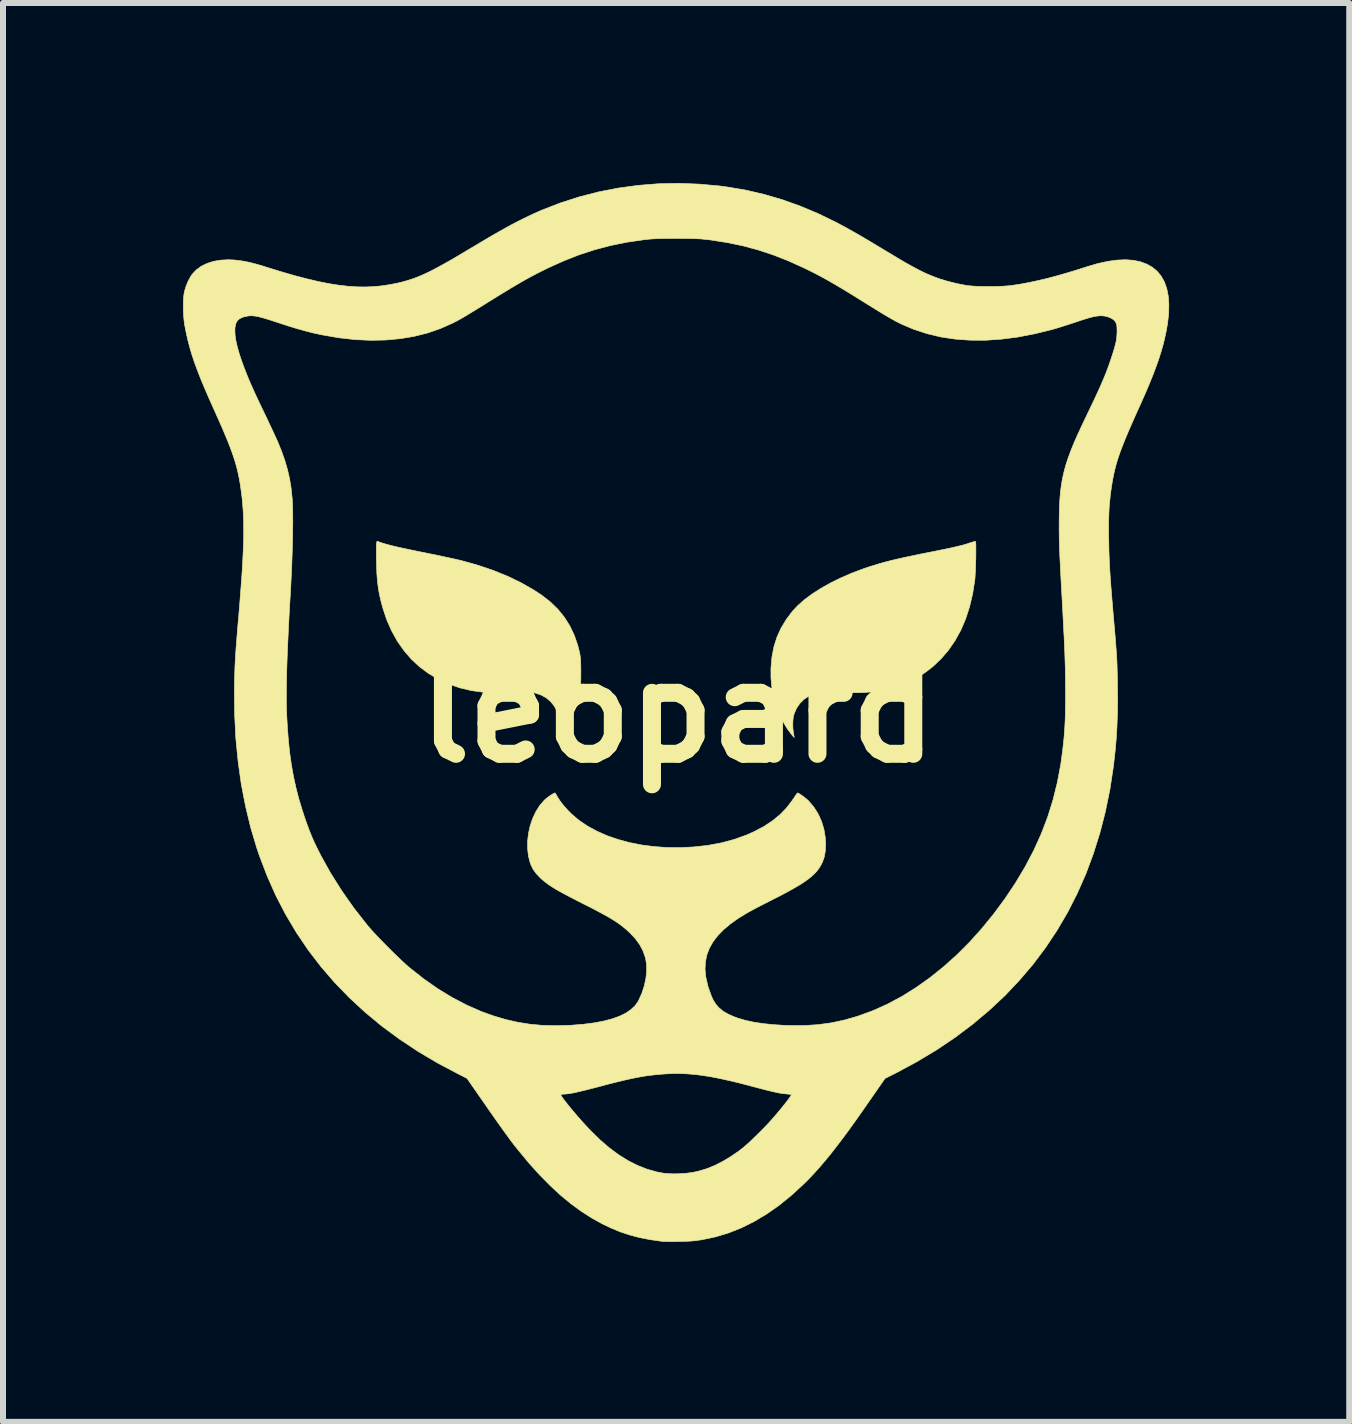
<source format=kicad_pcb>
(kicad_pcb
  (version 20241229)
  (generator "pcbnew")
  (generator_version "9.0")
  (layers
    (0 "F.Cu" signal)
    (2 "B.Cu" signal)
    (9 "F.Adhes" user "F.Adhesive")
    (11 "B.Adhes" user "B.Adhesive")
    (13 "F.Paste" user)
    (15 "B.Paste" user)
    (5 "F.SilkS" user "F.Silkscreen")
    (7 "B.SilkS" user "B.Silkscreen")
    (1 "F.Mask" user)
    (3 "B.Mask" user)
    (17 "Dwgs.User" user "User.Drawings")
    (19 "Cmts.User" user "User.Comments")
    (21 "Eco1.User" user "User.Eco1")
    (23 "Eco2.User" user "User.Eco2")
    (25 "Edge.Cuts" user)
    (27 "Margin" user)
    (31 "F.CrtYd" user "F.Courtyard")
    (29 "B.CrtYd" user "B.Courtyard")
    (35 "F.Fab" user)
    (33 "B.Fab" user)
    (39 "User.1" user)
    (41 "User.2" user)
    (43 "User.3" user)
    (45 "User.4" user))
  (footprint "leopard"
    (layer "F.Cu")
    (at 8.25 8.822)
    (property "Reference" "leopard" (at 0 0 0) (layer "F.SilkS") (effects (font (size 1.524 1.524) (thickness 0.3))))
    (attr through_hole)
    (fp_poly (pts (xy -4.945 -2.828) (xy -4.901 -2.814) (xy -4.852 -2.8) (xy -4.795 -2.785) (xy -4.73 -2.769) (xy -4.654 -2.751) (xy -4.565 -2.732) (xy -4.462 -2.71) (xy -4.343 -2.685) (xy -4.205 -2.658) (xy -4.203 -2.657) (xy -4.104 -2.637) (xy -4.004 -2.617) (xy -3.907 -2.596) (xy -3.815 -2.576) (xy -3.732 -2.558) (xy -3.662 -2.542) (xy -3.607 -2.529) (xy -3.596 -2.526) (xy -3.326 -2.45) (xy -3.071 -2.363) (xy -2.831 -2.265) (xy -2.607 -2.156) (xy -2.4 -2.037) (xy -2.271 -1.952) (xy -2.129 -1.841) (xy -2.004 -1.72) (xy -1.896 -1.587) (xy -1.805 -1.443) (xy -1.731 -1.288) (xy -1.673 -1.121) (xy -1.644 -1.006) (xy -1.636 -0.967) (xy -1.631 -0.93) (xy -1.626 -0.892) (xy -1.624 -0.848) (xy -1.622 -0.794) (xy -1.621 -0.726) (xy -1.621 -0.676) (xy -1.621 -0.597) (xy -1.622 -0.535) (xy -1.624 -0.485) (xy -1.627 -0.443) (xy -1.632 -0.404) (xy -1.638 -0.364) (xy -1.644 -0.337) (xy -1.684 -0.175) (xy -1.737 -0.022) (xy -1.801 0.122) (xy -1.875 0.252) (xy -1.958 0.366) (xy -1.966 0.376) (xy -1.987 0.401) (xy -1.998 0.411) (xy -2.001 0.408) (xy -1.998 0.393) (xy -1.998 0.391) (xy -1.992 0.353) (xy -1.987 0.302) (xy -1.985 0.244) (xy -1.984 0.185) (xy -1.985 0.13) (xy -1.988 0.087) (xy -1.991 0.07) (xy -2.02 -0.025) (xy -2.066 -0.11) (xy -2.127 -0.184) (xy -2.201 -0.245) (xy -2.287 -0.292) (xy -2.383 -0.324) (xy -2.488 -0.341) (xy -2.581 -0.341) (xy -2.692 -0.336) (xy -2.802 -0.331) (xy -2.909 -0.329) (xy -3.009 -0.328) (xy -3.099 -0.328) (xy -3.175 -0.33) (xy -3.235 -0.334) (xy -3.236 -0.335) (xy -3.444 -0.364) (xy -3.641 -0.411) (xy -3.826 -0.475) (xy -4 -0.555) (xy -4.161 -0.651) (xy -4.31 -0.762) (xy -4.446 -0.889) (xy -4.569 -1.032) (xy -4.679 -1.188) (xy -4.774 -1.36) (xy -4.856 -1.545) (xy -4.922 -1.745) (xy -4.949 -1.844) (xy -4.971 -1.94) (xy -4.989 -2.031) (xy -5.002 -2.121) (xy -5.012 -2.214) (xy -5.02 -2.315) (xy -5.024 -2.429) (xy -5.026 -2.511) (xy -5.028 -2.586) (xy -5.028 -2.655) (xy -5.028 -2.716) (xy -5.028 -2.765) (xy -5.027 -2.801) (xy -5.025 -2.818) (xy -5.018 -2.854) (xy -4.945 -2.828)) (stroke (width 0.01) (type solid)) (fill yes) (layer "F.SilkS"))
    (fp_poly (pts (xy 4.956 -2.85) (xy 4.959 -2.837) (xy 4.961 -2.807) (xy 4.962 -2.763) (xy 4.962 -2.707) (xy 4.962 -2.643) (xy 4.961 -2.573) (xy 4.959 -2.501) (xy 4.957 -2.429) (xy 4.954 -2.361) (xy 4.951 -2.3) (xy 4.948 -2.248) (xy 4.944 -2.208) (xy 4.944 -2.206) (xy 4.908 -1.976) (xy 4.857 -1.761) (xy 4.792 -1.56) (xy 4.712 -1.373) (xy 4.617 -1.2) (xy 4.508 -1.041) (xy 4.384 -0.896) (xy 4.246 -0.765) (xy 4.13 -0.675) (xy 4.062 -0.63) (xy 3.98 -0.583) (xy 3.89 -0.536) (xy 3.799 -0.493) (xy 3.711 -0.456) (xy 3.644 -0.432) (xy 3.502 -0.391) (xy 3.361 -0.361) (xy 3.215 -0.341) (xy 3.061 -0.33) (xy 2.894 -0.329) (xy 2.814 -0.331) (xy 2.705 -0.334) (xy 2.614 -0.337) (xy 2.539 -0.339) (xy 2.477 -0.339) (xy 2.427 -0.338) (xy 2.386 -0.336) (xy 2.352 -0.333) (xy 2.323 -0.328) (xy 2.297 -0.321) (xy 2.278 -0.316) (xy 2.182 -0.275) (xy 2.098 -0.219) (xy 2.028 -0.15) (xy 1.973 -0.069) (xy 1.934 0.022) (xy 1.921 0.069) (xy 1.914 0.127) (xy 1.911 0.196) (xy 1.913 0.267) (xy 1.92 0.333) (xy 1.924 0.353) (xy 1.93 0.386) (xy 1.934 0.409) (xy 1.935 0.417) (xy 1.927 0.41) (xy 1.911 0.391) (xy 1.895 0.373) (xy 1.825 0.281) (xy 1.76 0.174) (xy 1.7 0.054) (xy 1.648 -0.073) (xy 1.607 -0.202) (xy 1.587 -0.285) (xy 1.561 -0.43) (xy 1.548 -0.571) (xy 1.547 -0.718) (xy 1.548 -0.747) (xy 1.564 -0.926) (xy 1.597 -1.096) (xy 1.648 -1.256) (xy 1.717 -1.408) (xy 1.805 -1.553) (xy 1.908 -1.689) (xy 2 -1.786) (xy 2.111 -1.883) (xy 2.238 -1.977) (xy 2.382 -2.069) (xy 2.54 -2.158) (xy 2.71 -2.241) (xy 2.891 -2.32) (xy 3.082 -2.392) (xy 3.175 -2.424) (xy 3.262 -2.451) (xy 3.35 -2.478) (xy 3.44 -2.503) (xy 3.536 -2.528) (xy 3.64 -2.553) (xy 3.754 -2.579) (xy 3.882 -2.606) (xy 4.025 -2.636) (xy 4.15 -2.661) (xy 4.278 -2.686) (xy 4.388 -2.709) (xy 4.482 -2.728) (xy 4.563 -2.745) (xy 4.631 -2.761) (xy 4.69 -2.775) (xy 4.742 -2.788) (xy 4.788 -2.801) (xy 4.83 -2.814) (xy 4.862 -2.825) (xy 4.901 -2.837) (xy 4.933 -2.846) (xy 4.952 -2.85) (xy 4.956 -2.85)) (stroke (width 0.01) (type solid)) (fill yes) (layer "F.SilkS"))
    (fp_poly (pts (xy 0.351 -8.804) (xy 0.694 -8.773) (xy 0.813 -8.757) (xy 1.123 -8.705) (xy 1.429 -8.634) (xy 1.731 -8.546) (xy 2.031 -8.439) (xy 2.33 -8.314) (xy 2.629 -8.169) (xy 2.808 -8.073) (xy 2.861 -8.043) (xy 2.913 -8.014) (xy 2.965 -7.984) (xy 3.02 -7.953) (xy 3.08 -7.918) (xy 3.146 -7.879) (xy 3.22 -7.835) (xy 3.306 -7.783) (xy 3.404 -7.724) (xy 3.517 -7.656) (xy 3.548 -7.638) (xy 3.672 -7.563) (xy 3.783 -7.498) (xy 3.881 -7.443) (xy 3.97 -7.395) (xy 4.051 -7.353) (xy 4.127 -7.317) (xy 4.201 -7.285) (xy 4.274 -7.256) (xy 4.35 -7.228) (xy 4.369 -7.222) (xy 4.456 -7.195) (xy 4.557 -7.168) (xy 4.662 -7.143) (xy 4.765 -7.123) (xy 4.808 -7.115) (xy 4.872 -7.108) (xy 4.952 -7.102) (xy 5.044 -7.098) (xy 5.142 -7.097) (xy 5.242 -7.097) (xy 5.341 -7.099) (xy 5.433 -7.104) (xy 5.514 -7.11) (xy 5.558 -7.115) (xy 5.702 -7.137) (xy 5.847 -7.164) (xy 5.997 -7.196) (xy 6.154 -7.233) (xy 6.321 -7.278) (xy 6.499 -7.329) (xy 6.691 -7.388) (xy 6.812 -7.427) (xy 6.992 -7.48) (xy 7.16 -7.517) (xy 7.315 -7.538) (xy 7.458 -7.544) (xy 7.589 -7.534) (xy 7.708 -7.509) (xy 7.816 -7.468) (xy 7.903 -7.418) (xy 7.984 -7.351) (xy 8.051 -7.269) (xy 8.104 -7.173) (xy 8.143 -7.063) (xy 8.168 -6.939) (xy 8.178 -6.802) (xy 8.175 -6.651) (xy 8.157 -6.487) (xy 8.132 -6.345) (xy 8.107 -6.23) (xy 8.079 -6.116) (xy 8.045 -6) (xy 8.007 -5.88) (xy 7.962 -5.754) (xy 7.911 -5.619) (xy 7.852 -5.474) (xy 7.785 -5.316) (xy 7.708 -5.143) (xy 7.691 -5.105) (xy 7.619 -4.946) (xy 7.556 -4.803) (xy 7.5 -4.674) (xy 7.451 -4.558) (xy 7.409 -4.452) (xy 7.372 -4.356) (xy 7.341 -4.267) (xy 7.314 -4.182) (xy 7.291 -4.102) (xy 7.271 -4.022) (xy 7.254 -3.942) (xy 7.238 -3.86) (xy 7.224 -3.774) (xy 7.213 -3.699) (xy 7.201 -3.606) (xy 7.192 -3.516) (xy 7.184 -3.427) (xy 7.179 -3.334) (xy 7.176 -3.235) (xy 7.174 -3.125) (xy 7.174 -3.001) (xy 7.176 -2.875) (xy 7.178 -2.787) (xy 7.179 -2.702) (xy 7.182 -2.62) (xy 7.185 -2.538) (xy 7.189 -2.454) (xy 7.194 -2.366) (xy 7.2 -2.272) (xy 7.207 -2.17) (xy 7.216 -2.056) (xy 7.226 -1.931) (xy 7.238 -1.79) (xy 7.251 -1.632) (xy 7.259 -1.539) (xy 7.271 -1.405) (xy 7.281 -1.288) (xy 7.289 -1.185) (xy 7.296 -1.095) (xy 7.302 -1.015) (xy 7.307 -0.941) (xy 7.311 -0.871) (xy 7.314 -0.802) (xy 7.316 -0.733) (xy 7.318 -0.659) (xy 7.32 -0.578) (xy 7.321 -0.488) (xy 7.322 -0.437) (xy 7.324 -0.2) (xy 7.321 0.022) (xy 7.313 0.233) (xy 7.301 0.437) (xy 7.283 0.641) (xy 7.26 0.848) (xy 7.254 0.899) (xy 7.196 1.28) (xy 7.121 1.649) (xy 7.029 2.007) (xy 6.92 2.354) (xy 6.795 2.69) (xy 6.652 3.014) (xy 6.493 3.327) (xy 6.317 3.628) (xy 6.124 3.918) (xy 5.915 4.197) (xy 5.688 4.463) (xy 5.446 4.719) (xy 5.186 4.962) (xy 4.91 5.194) (xy 4.618 5.414) (xy 4.309 5.622) (xy 3.983 5.818) (xy 3.642 6.002) (xy 3.566 6.04) (xy 3.448 6.099) (xy 3.109 6.587) (xy 2.98 6.771) (xy 2.86 6.939) (xy 2.747 7.092) (xy 2.641 7.231) (xy 2.541 7.36) (xy 2.444 7.477) (xy 2.351 7.586) (xy 2.259 7.688) (xy 2.168 7.784) (xy 2.091 7.86) (xy 1.89 8.045) (xy 1.686 8.211) (xy 1.479 8.356) (xy 1.269 8.482) (xy 1.056 8.588) (xy 0.84 8.674) (xy 0.62 8.74) (xy 0.397 8.787) (xy 0.276 8.804) (xy 0.229 8.808) (xy 0.167 8.812) (xy 0.096 8.814) (xy 0.021 8.816) (xy -0.056 8.818) (xy -0.129 8.818) (xy -0.195 8.817) (xy -0.248 8.815) (xy -0.279 8.812) (xy -0.469 8.785) (xy -0.644 8.751) (xy -0.809 8.707) (xy -0.968 8.654) (xy -1.125 8.589) (xy -1.26 8.524) (xy -1.439 8.425) (xy -1.615 8.312) (xy -1.789 8.185) (xy -1.962 8.042) (xy -2.134 7.882) (xy -2.308 7.706) (xy -2.484 7.511) (xy -2.661 7.297) (xy -2.733 7.207) (xy -2.763 7.167) (xy -2.804 7.113) (xy -2.852 7.046) (xy -2.908 6.97) (xy -2.968 6.886) (xy -3.032 6.796) (xy -3.097 6.703) (xy -3.163 6.609) (xy -3.189 6.571) (xy -3.328 6.371) (xy -1.956 6.371) (xy -1.952 6.382) (xy -1.936 6.407) (xy -1.91 6.443) (xy -1.875 6.489) (xy -1.833 6.542) (xy -1.785 6.601) (xy -1.732 6.664) (xy -1.677 6.729) (xy -1.621 6.793) (xy -1.618 6.797) (xy -1.458 6.97) (xy -1.3 7.124) (xy -1.144 7.258) (xy -0.987 7.374) (xy -0.831 7.471) (xy -0.674 7.55) (xy -0.516 7.612) (xy -0.356 7.657) (xy -0.258 7.676) (xy -0.173 7.685) (xy -0.075 7.689) (xy 0.029 7.687) (xy 0.132 7.68) (xy 0.229 7.667) (xy 0.289 7.656) (xy 0.346 7.642) (xy 0.406 7.625) (xy 0.46 7.609) (xy 0.492 7.598) (xy 0.618 7.546) (xy 0.75 7.478) (xy 0.883 7.398) (xy 1.011 7.31) (xy 1.084 7.253) (xy 1.131 7.213) (xy 1.188 7.162) (xy 1.252 7.101) (xy 1.32 7.035) (xy 1.389 6.967) (xy 1.455 6.899) (xy 1.515 6.835) (xy 1.554 6.792) (xy 1.607 6.731) (xy 1.66 6.669) (xy 1.711 6.608) (xy 1.758 6.55) (xy 1.8 6.497) (xy 1.836 6.45) (xy 1.863 6.412) (xy 1.881 6.385) (xy 1.887 6.371) (xy 1.887 6.369) (xy 1.871 6.365) (xy 1.841 6.361) (xy 1.803 6.357) (xy 1.796 6.357) (xy 1.76 6.353) (xy 1.72 6.348) (xy 1.676 6.34) (xy 1.624 6.329) (xy 1.563 6.315) (xy 1.491 6.298) (xy 1.405 6.276) (xy 1.303 6.249) (xy 1.222 6.228) (xy 1.029 6.177) (xy 0.852 6.135) (xy 0.69 6.099) (xy 0.54 6.07) (xy 0.4 6.048) (xy 0.268 6.032) (xy 0.142 6.022) (xy 0.02 6.018) (xy -0.101 6.018) (xy -0.213 6.024) (xy -0.313 6.031) (xy -0.408 6.041) (xy -0.503 6.052) (xy -0.6 6.067) (xy -0.7 6.086) (xy -0.808 6.108) (xy -0.926 6.135) (xy -1.056 6.167) (xy -1.202 6.204) (xy -1.29 6.228) (xy -1.421 6.262) (xy -1.534 6.291) (xy -1.63 6.314) (xy -1.711 6.333) (xy -1.778 6.346) (xy -1.833 6.355) (xy -1.876 6.359) (xy -1.9 6.36) (xy -1.93 6.362) (xy -1.951 6.367) (xy -1.956 6.371) (xy -3.328 6.371) (xy -3.518 6.098) (xy -3.666 6.023) (xy -4.01 5.841) (xy -4.337 5.647) (xy -4.647 5.441) (xy -4.942 5.223) (xy -5.219 4.993) (xy -5.48 4.752) (xy -5.725 4.499) (xy -5.953 4.234) (xy -6.165 3.958) (xy -6.36 3.669) (xy -6.538 3.37) (xy -6.7 3.058) (xy -6.844 2.736) (xy -6.972 2.401) (xy -7.019 2.264) (xy -7.122 1.92) (xy -7.208 1.564) (xy -7.279 1.197) (xy -7.332 0.819) (xy -7.37 0.432) (xy -7.39 0.035) (xy -7.394 -0.37) (xy -7.393 -0.452) (xy -7.391 -0.539) (xy -7.389 -0.617) (xy -7.387 -0.69) (xy -7.385 -0.76) (xy -7.381 -0.83) (xy -7.378 -0.901) (xy -7.373 -0.977) (xy -7.367 -1.06) (xy -7.36 -1.151) (xy -7.352 -1.255) (xy -7.342 -1.373) (xy -7.331 -1.508) (xy -7.325 -1.57) (xy -7.306 -1.798) (xy -7.29 -2.008) (xy -7.275 -2.201) (xy -7.263 -2.378) (xy -7.254 -2.54) (xy -7.247 -2.69) (xy -7.242 -2.827) (xy -7.239 -2.955) (xy -7.239 -3.073) (xy -7.24 -3.185) (xy -7.244 -3.29) (xy -7.25 -3.391) (xy -7.258 -3.489) (xy -7.267 -3.585) (xy -7.269 -3.602) (xy -7.283 -3.707) (xy -7.297 -3.806) (xy -7.314 -3.901) (xy -7.333 -3.992) (xy -7.355 -4.083) (xy -7.381 -4.176) (xy -7.412 -4.272) (xy -7.448 -4.374) (xy -7.49 -4.484) (xy -7.539 -4.603) (xy -7.594 -4.734) (xy -7.658 -4.879) (xy -7.73 -5.04) (xy -7.737 -5.055) (xy -7.819 -5.239) (xy -7.892 -5.408) (xy -7.957 -5.563) (xy -8.013 -5.707) (xy -8.062 -5.841) (xy -8.104 -5.968) (xy -8.14 -6.09) (xy -8.171 -6.209) (xy -8.197 -6.326) (xy -8.204 -6.36) (xy -7.386 -6.36) (xy -7.382 -6.279) (xy -7.368 -6.189) (xy -7.344 -6.086) (xy -7.311 -5.97) (xy -7.267 -5.839) (xy -7.242 -5.771) (xy -7.214 -5.698) (xy -7.185 -5.625) (xy -7.155 -5.551) (xy -7.121 -5.472) (xy -7.083 -5.387) (xy -7.04 -5.292) (xy -6.99 -5.186) (xy -6.933 -5.065) (xy -6.894 -4.985) (xy -6.853 -4.9) (xy -6.814 -4.816) (xy -6.776 -4.736) (xy -6.742 -4.663) (xy -6.713 -4.6) (xy -6.69 -4.55) (xy -6.674 -4.514) (xy -6.672 -4.511) (xy -6.606 -4.347) (xy -6.552 -4.193) (xy -6.509 -4.045) (xy -6.475 -3.897) (xy -6.45 -3.745) (xy -6.433 -3.584) (xy -6.431 -3.563) (xy -6.426 -3.489) (xy -6.423 -3.397) (xy -6.422 -3.288) (xy -6.421 -3.165) (xy -6.423 -3.03) (xy -6.425 -2.884) (xy -6.429 -2.73) (xy -6.434 -2.571) (xy -6.44 -2.406) (xy -6.448 -2.24) (xy -6.456 -2.073) (xy -6.46 -2.002) (xy -6.476 -1.734) (xy -6.489 -1.487) (xy -6.5 -1.258) (xy -6.51 -1.046) (xy -6.517 -0.852) (xy -6.523 -0.674) (xy -6.526 -0.511) (xy -6.528 -0.363) (xy -6.529 -0.228) (xy -6.527 -0.107) (xy -6.524 0.003) (xy -6.524 0.01) (xy -6.511 0.248) (xy -6.494 0.47) (xy -6.472 0.677) (xy -6.444 0.875) (xy -6.41 1.065) (xy -6.369 1.252) (xy -6.321 1.438) (xy -6.264 1.626) (xy -6.227 1.741) (xy -6.185 1.861) (xy -6.145 1.969) (xy -6.105 2.068) (xy -6.062 2.166) (xy -6.013 2.267) (xy -5.956 2.379) (xy -5.952 2.388) (xy -5.787 2.684) (xy -5.603 2.975) (xy -5.403 3.26) (xy -5.188 3.534) (xy -5.153 3.576) (xy -5.107 3.629) (xy -5.048 3.693) (xy -4.981 3.764) (xy -4.907 3.84) (xy -4.83 3.918) (xy -4.752 3.996) (xy -4.675 4.07) (xy -4.604 4.139) (xy -4.539 4.198) (xy -4.484 4.247) (xy -4.47 4.258) (xy -4.236 4.443) (xy -4.001 4.607) (xy -3.764 4.751) (xy -3.525 4.876) (xy -3.282 4.983) (xy -3.068 5.06) (xy -2.867 5.119) (xy -2.667 5.164) (xy -2.464 5.196) (xy -2.256 5.215) (xy -2.039 5.22) (xy -1.81 5.214) (xy -1.773 5.212) (xy -1.576 5.196) (xy -1.399 5.173) (xy -1.24 5.143) (xy -1.099 5.106) (xy -0.977 5.062) (xy -0.872 5.011) (xy -0.786 4.952) (xy -0.716 4.886) (xy -0.665 4.813) (xy -0.656 4.796) (xy -0.603 4.677) (xy -0.563 4.554) (xy -0.537 4.432) (xy -0.524 4.313) (xy -0.526 4.201) (xy -0.542 4.098) (xy -0.547 4.081) (xy -0.586 3.971) (xy -0.641 3.868) (xy -0.712 3.77) (xy -0.799 3.677) (xy -0.85 3.629) (xy -0.903 3.584) (xy -0.958 3.541) (xy -1.019 3.498) (xy -1.087 3.454) (xy -1.164 3.408) (xy -1.252 3.359) (xy -1.353 3.305) (xy -1.469 3.244) (xy -1.56 3.199) (xy -1.686 3.135) (xy -1.795 3.078) (xy -1.89 3.028) (xy -1.971 2.984) (xy -2.041 2.944) (xy -2.101 2.907) (xy -2.153 2.873) (xy -2.199 2.839) (xy -2.241 2.806) (xy -2.279 2.773) (xy -2.296 2.757) (xy -2.365 2.685) (xy -2.417 2.612) (xy -2.454 2.536) (xy -2.464 2.51) (xy -2.494 2.394) (xy -2.508 2.27) (xy -2.508 2.143) (xy -2.493 2.014) (xy -2.465 1.888) (xy -2.424 1.768) (xy -2.371 1.655) (xy -2.307 1.553) (xy -2.232 1.466) (xy -2.212 1.447) (xy -2.184 1.424) (xy -2.151 1.399) (xy -2.117 1.376) (xy -2.086 1.357) (xy -2.062 1.345) (xy -2.049 1.342) (xy -2.048 1.343) (xy -2.042 1.353) (xy -2.029 1.375) (xy -2.012 1.406) (xy -1.966 1.477) (xy -1.906 1.555) (xy -1.834 1.634) (xy -1.777 1.692) (xy -1.652 1.798) (xy -1.511 1.893) (xy -1.355 1.978) (xy -1.186 2.053) (xy -1.004 2.116) (xy -0.813 2.168) (xy -0.612 2.208) (xy -0.404 2.235) (xy -0.189 2.251) (xy 0.03 2.253) (xy 0.252 2.242) (xy 0.476 2.218) (xy 0.498 2.215) (xy 0.724 2.173) (xy 0.939 2.115) (xy 1.144 2.041) (xy 1.27 1.985) (xy 1.43 1.9) (xy 1.572 1.806) (xy 1.697 1.704) (xy 1.807 1.591) (xy 1.902 1.467) (xy 1.927 1.43) (xy 1.951 1.393) (xy 1.972 1.364) (xy 1.986 1.345) (xy 1.991 1.341) (xy 2.007 1.347) (xy 2.035 1.364) (xy 2.069 1.388) (xy 2.107 1.416) (xy 2.143 1.446) (xy 2.173 1.473) (xy 2.178 1.478) (xy 2.263 1.579) (xy 2.335 1.693) (xy 2.391 1.818) (xy 2.431 1.951) (xy 2.453 2.089) (xy 2.459 2.196) (xy 2.453 2.31) (xy 2.435 2.411) (xy 2.403 2.501) (xy 2.357 2.584) (xy 2.314 2.642) (xy 2.274 2.686) (xy 2.227 2.73) (xy 2.171 2.775) (xy 2.106 2.822) (xy 2.029 2.872) (xy 1.938 2.925) (xy 1.834 2.984) (xy 1.713 3.048) (xy 1.59 3.11) (xy 1.511 3.151) (xy 1.432 3.191) (xy 1.356 3.23) (xy 1.287 3.266) (xy 1.228 3.298) (xy 1.183 3.322) (xy 1.168 3.33) (xy 1.011 3.425) (xy 0.874 3.522) (xy 0.757 3.62) (xy 0.659 3.721) (xy 0.58 3.825) (xy 0.52 3.932) (xy 0.478 4.043) (xy 0.455 4.158) (xy 0.449 4.278) (xy 0.461 4.404) (xy 0.462 4.41) (xy 0.498 4.568) (xy 0.553 4.722) (xy 0.578 4.779) (xy 0.622 4.854) (xy 0.678 4.919) (xy 0.747 4.977) (xy 0.833 5.027) (xy 0.935 5.072) (xy 0.997 5.095) (xy 1.121 5.131) (xy 1.258 5.161) (xy 1.409 5.184) (xy 1.576 5.202) (xy 1.761 5.214) (xy 1.864 5.218) (xy 2.102 5.218) (xy 2.33 5.203) (xy 2.552 5.173) (xy 2.772 5.126) (xy 2.995 5.062) (xy 3.005 5.058) (xy 3.249 4.969) (xy 3.491 4.86) (xy 3.73 4.732) (xy 3.965 4.585) (xy 4.196 4.421) (xy 4.422 4.24) (xy 4.643 4.042) (xy 4.856 3.829) (xy 5.062 3.6) (xy 5.26 3.357) (xy 5.449 3.101) (xy 5.62 2.845) (xy 5.783 2.572) (xy 5.927 2.298) (xy 6.052 2.022) (xy 6.159 1.742) (xy 6.248 1.456) (xy 6.321 1.161) (xy 6.378 0.857) (xy 6.41 0.615) (xy 6.422 0.509) (xy 6.432 0.412) (xy 6.439 0.318) (xy 6.445 0.224) (xy 6.45 0.127) (xy 6.453 0.022) (xy 6.455 -0.093) (xy 6.456 -0.222) (xy 6.456 -0.32) (xy 6.456 -0.413) (xy 6.455 -0.501) (xy 6.455 -0.585) (xy 6.453 -0.668) (xy 6.452 -0.751) (xy 6.449 -0.837) (xy 6.446 -0.927) (xy 6.443 -1.023) (xy 6.438 -1.128) (xy 6.433 -1.242) (xy 6.426 -1.37) (xy 6.419 -1.511) (xy 6.411 -1.669) (xy 6.401 -1.845) (xy 6.401 -1.854) (xy 6.392 -2.016) (xy 6.384 -2.16) (xy 6.377 -2.286) (xy 6.371 -2.398) (xy 6.367 -2.497) (xy 6.362 -2.584) (xy 6.359 -2.661) (xy 6.356 -2.73) (xy 6.354 -2.794) (xy 6.353 -2.852) (xy 6.351 -2.909) (xy 6.351 -2.964) (xy 6.35 -3.02) (xy 6.35 -3.079) (xy 6.35 -3.12) (xy 6.351 -3.274) (xy 6.355 -3.416) (xy 6.361 -3.546) (xy 6.371 -3.669) (xy 6.386 -3.785) (xy 6.405 -3.897) (xy 6.43 -4.008) (xy 6.46 -4.12) (xy 6.498 -4.235) (xy 6.542 -4.356) (xy 6.594 -4.484) (xy 6.655 -4.623) (xy 6.725 -4.774) (xy 6.804 -4.94) (xy 6.819 -4.971) (xy 6.88 -5.099) (xy 6.934 -5.211) (xy 6.98 -5.311) (xy 7.021 -5.399) (xy 7.056 -5.48) (xy 7.088 -5.554) (xy 7.117 -5.625) (xy 7.135 -5.669) (xy 7.162 -5.741) (xy 7.19 -5.82) (xy 7.218 -5.902) (xy 7.244 -5.982) (xy 7.267 -6.057) (xy 7.285 -6.123) (xy 7.298 -6.174) (xy 7.299 -6.179) (xy 7.307 -6.229) (xy 7.312 -6.285) (xy 7.315 -6.344) (xy 7.314 -6.398) (xy 7.311 -6.444) (xy 7.305 -6.476) (xy 7.304 -6.479) (xy 7.276 -6.527) (xy 7.229 -6.564) (xy 7.166 -6.591) (xy 7.114 -6.604) (xy 7.074 -6.609) (xy 7.033 -6.61) (xy 6.987 -6.606) (xy 6.935 -6.598) (xy 6.874 -6.583) (xy 6.802 -6.562) (xy 6.715 -6.535) (xy 6.629 -6.506) (xy 6.551 -6.48) (xy 6.47 -6.454) (xy 6.391 -6.429) (xy 6.318 -6.406) (xy 6.257 -6.388) (xy 6.229 -6.38) (xy 5.94 -6.309) (xy 5.659 -6.255) (xy 5.386 -6.22) (xy 5.121 -6.202) (xy 4.865 -6.203) (xy 4.617 -6.221) (xy 4.378 -6.257) (xy 4.149 -6.312) (xy 3.928 -6.384) (xy 3.731 -6.467) (xy 3.684 -6.49) (xy 3.635 -6.515) (xy 3.582 -6.544) (xy 3.523 -6.578) (xy 3.456 -6.617) (xy 3.379 -6.663) (xy 3.29 -6.718) (xy 3.188 -6.781) (xy 3.114 -6.827) (xy 2.97 -6.917) (xy 2.84 -6.997) (xy 2.723 -7.068) (xy 2.616 -7.131) (xy 2.517 -7.189) (xy 2.423 -7.241) (xy 2.332 -7.29) (xy 2.243 -7.336) (xy 2.152 -7.381) (xy 2.1 -7.406) (xy 1.843 -7.523) (xy 1.591 -7.622) (xy 1.338 -7.706) (xy 1.082 -7.775) (xy 0.817 -7.83) (xy 0.541 -7.873) (xy 0.427 -7.886) (xy 0.375 -7.891) (xy 0.305 -7.894) (xy 0.218 -7.897) (xy 0.116 -7.898) (xy -0.000267 -7.899) (xy -0.046 -7.899) (xy -0.149 -7.898) (xy -0.235 -7.898) (xy -0.308 -7.896) (xy -0.371 -7.894) (xy -0.426 -7.891) (xy -0.478 -7.887) (xy -0.529 -7.882) (xy -0.579 -7.876) (xy -0.859 -7.835) (xy -1.128 -7.78) (xy -1.392 -7.71) (xy -1.653 -7.625) (xy -1.913 -7.522) (xy -2.177 -7.403) (xy -2.281 -7.351) (xy -2.352 -7.315) (xy -2.42 -7.279) (xy -2.486 -7.244) (xy -2.553 -7.207) (xy -2.623 -7.167) (xy -2.698 -7.123) (xy -2.781 -7.074) (xy -2.873 -7.018) (xy -2.977 -6.955) (xy -3.094 -6.882) (xy -3.15 -6.848) (xy -3.253 -6.783) (xy -3.341 -6.729) (xy -3.416 -6.683) (xy -3.479 -6.645) (xy -3.532 -6.612) (xy -3.577 -6.586) (xy -3.616 -6.563) (xy -3.651 -6.544) (xy -3.683 -6.526) (xy -3.714 -6.51) (xy -3.747 -6.493) (xy -3.759 -6.487) (xy -3.962 -6.397) (xy -4.176 -6.323) (xy -4.399 -6.267) (xy -4.633 -6.228) (xy -4.875 -6.206) (xy -5.126 -6.201) (xy -5.385 -6.213) (xy -5.651 -6.243) (xy -5.924 -6.29) (xy -5.949 -6.295) (xy -6.078 -6.323) (xy -6.211 -6.357) (xy -6.351 -6.396) (xy -6.502 -6.442) (xy -6.667 -6.496) (xy -6.67 -6.497) (xy -6.773 -6.531) (xy -6.859 -6.558) (xy -6.931 -6.579) (xy -6.991 -6.594) (xy -7.042 -6.604) (xy -7.085 -6.609) (xy -7.124 -6.61) (xy -7.16 -6.607) (xy -7.181 -6.604) (xy -7.253 -6.587) (xy -7.308 -6.561) (xy -7.347 -6.525) (xy -7.371 -6.477) (xy -7.384 -6.414) (xy -7.386 -6.36) (xy -8.204 -6.36) (xy -8.22 -6.444) (xy -8.221 -6.447) (xy -8.233 -6.531) (xy -8.241 -6.624) (xy -8.245 -6.719) (xy -8.245 -6.812) (xy -8.242 -6.899) (xy -8.234 -6.973) (xy -8.226 -7.015) (xy -8.2 -7.101) (xy -8.165 -7.187) (xy -8.123 -7.264) (xy -8.097 -7.302) (xy -8.03 -7.374) (xy -7.947 -7.435) (xy -7.851 -7.482) (xy -7.742 -7.517) (xy -7.623 -7.537) (xy -7.494 -7.544) (xy -7.389 -7.539) (xy -7.319 -7.531) (xy -7.25 -7.521) (xy -7.181 -7.508) (xy -7.107 -7.491) (xy -7.024 -7.469) (xy -6.929 -7.442) (xy -6.829 -7.41) (xy -6.598 -7.339) (xy -6.383 -7.277) (xy -6.183 -7.225) (xy -5.997 -7.181) (xy -5.822 -7.146) (xy -5.658 -7.12) (xy -5.502 -7.102) (xy -5.353 -7.092) (xy -5.21 -7.09) (xy -5.07 -7.096) (xy -4.934 -7.109) (xy -4.798 -7.13) (xy -4.757 -7.138) (xy -4.668 -7.156) (xy -4.582 -7.177) (xy -4.499 -7.201) (xy -4.416 -7.228) (xy -4.331 -7.26) (xy -4.243 -7.298) (xy -4.15 -7.341) (xy -4.05 -7.393) (xy -3.94 -7.452) (xy -3.819 -7.52) (xy -3.686 -7.597) (xy -3.538 -7.685) (xy -3.522 -7.695) (xy -3.362 -7.79) (xy -3.218 -7.876) (xy -3.087 -7.953) (xy -2.967 -8.021) (xy -2.857 -8.083) (xy -2.755 -8.138) (xy -2.659 -8.188) (xy -2.567 -8.234) (xy -2.478 -8.277) (xy -2.389 -8.318) (xy -2.3 -8.358) (xy -2.271 -8.37) (xy -1.963 -8.49) (xy -1.648 -8.591) (xy -1.326 -8.674) (xy -0.998 -8.738) (xy -0.666 -8.783) (xy -0.329 -8.81) (xy 0.01 -8.817) (xy 0.351 -8.804)) (stroke (width 0.01) (type solid)) (fill yes) (layer "F.SilkS")))
  (gr_rect
    (start -3 -3)
    (end 19.434 20.644)
    (stroke (width 0.1) (type default))
    (fill no)
    (layer "Edge.Cuts")))
</source>
